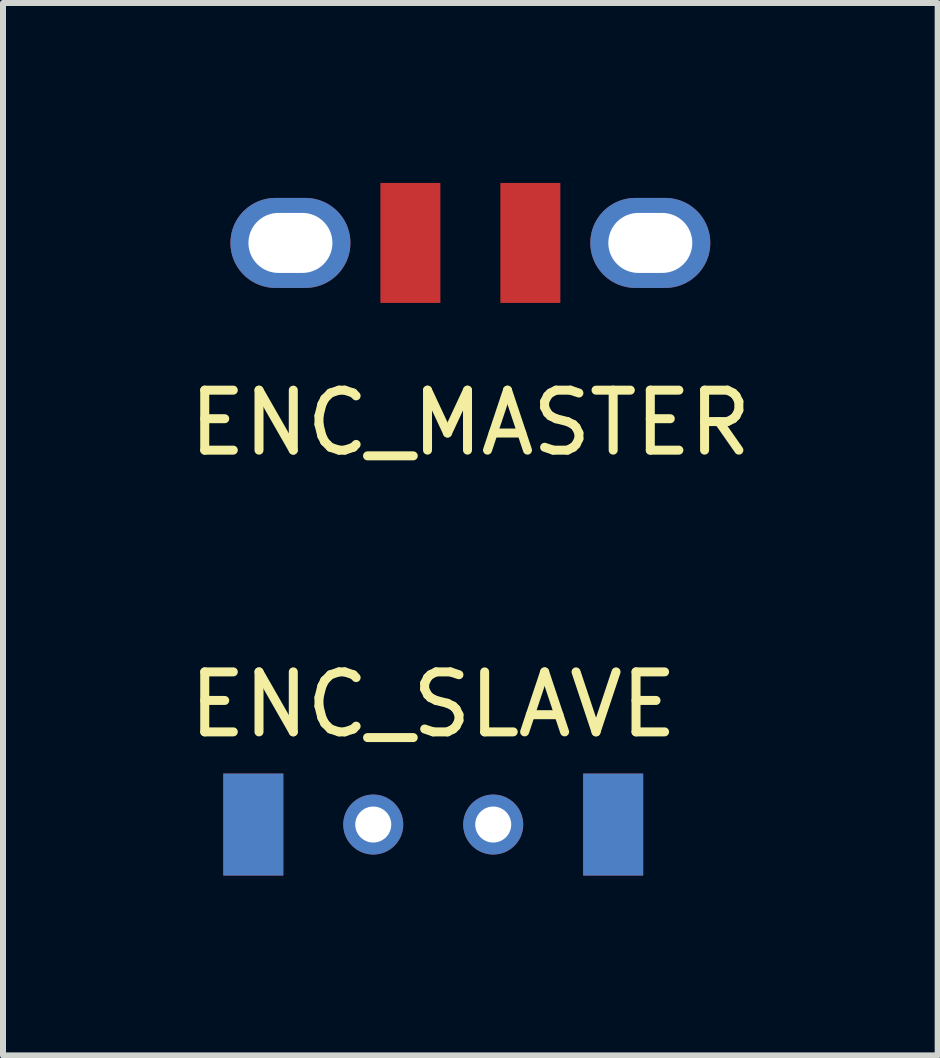
<source format=kicad_pcb>
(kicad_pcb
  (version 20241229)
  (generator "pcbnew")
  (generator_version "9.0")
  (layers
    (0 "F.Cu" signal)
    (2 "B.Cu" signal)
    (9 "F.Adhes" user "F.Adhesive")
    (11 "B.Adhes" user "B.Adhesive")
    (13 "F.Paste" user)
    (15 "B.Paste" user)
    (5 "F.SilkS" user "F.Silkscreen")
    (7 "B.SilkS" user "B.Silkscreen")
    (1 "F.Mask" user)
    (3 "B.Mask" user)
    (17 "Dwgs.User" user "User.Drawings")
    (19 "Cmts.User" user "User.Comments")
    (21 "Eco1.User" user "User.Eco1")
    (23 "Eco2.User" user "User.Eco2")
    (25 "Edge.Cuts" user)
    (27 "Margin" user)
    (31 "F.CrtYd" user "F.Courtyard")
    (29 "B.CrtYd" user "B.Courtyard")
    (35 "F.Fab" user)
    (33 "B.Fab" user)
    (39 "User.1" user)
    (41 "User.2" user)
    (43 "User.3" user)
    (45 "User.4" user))
  (footprint "ENC_SLAVE"
    (layer "F.Cu")
    (at 4.173 10.697)
    (property "Reference" "ENC_SLAVE" (at 0 -2 0) (layer "F.SilkS") (effects (font (size 1 1) (thickness 0.15))))
    (attr through_hole)
    (pad "1" smd rect (at -3 0) (size 1 1.7) (layers "F.Cu" "F.Mask" "F.Paste"))
    (pad "1" smd rect (at -3 0) (size 1 1.7) (layers "F.Mask" "B.Cu" "F.Paste"))
    (pad "2" thru_hole circle (at -1 0) (size 1 1) (drill 0.6) (layers "*.Cu" "*.Mask"))
    (pad "3" thru_hole circle (at 1 0) (size 1 1) (drill 0.6) (layers "*.Cu" "*.Mask"))
    (pad "4" smd rect (at 3 0) (size 1 1.7) (layers "F.Cu" "F.Mask" "F.Paste"))
    (pad "4" smd rect (at 3 0) (size 1 1.7) (layers "F.Mask" "B.Cu" "F.Paste")))
  (footprint "ENC_MASTER"
    (layer "F.Cu")
    (at 4.792 1)
    (property "Reference" "ENC_MASTER" (at 0 3 0) (layer "F.SilkS") (effects (font (size 1 1) (thickness 0.15))))
    (attr through_hole)
    (pad "1" thru_hole oval (at -3 0) (size 2 1.5) (drill oval 1.4 1) (layers "*.Cu" "*.Mask"))
    (pad "2" smd rect (at -1 0) (size 1 2) (layers "F.Cu" "F.Mask" "F.Paste"))
    (pad "3" smd rect (at 1 0) (size 1 2) (layers "F.Cu" "F.Mask" "F.Paste"))
    (pad "4" thru_hole oval (at 3 0) (size 2 1.5) (drill oval 1.4 1) (layers "*.Cu" "*.Mask")))
  (gr_rect
    (start -3 -3)
    (end 12.583 14.546)
    (stroke (width 0.1) (type default))
    (fill no)
    (layer "Edge.Cuts")))
</source>
